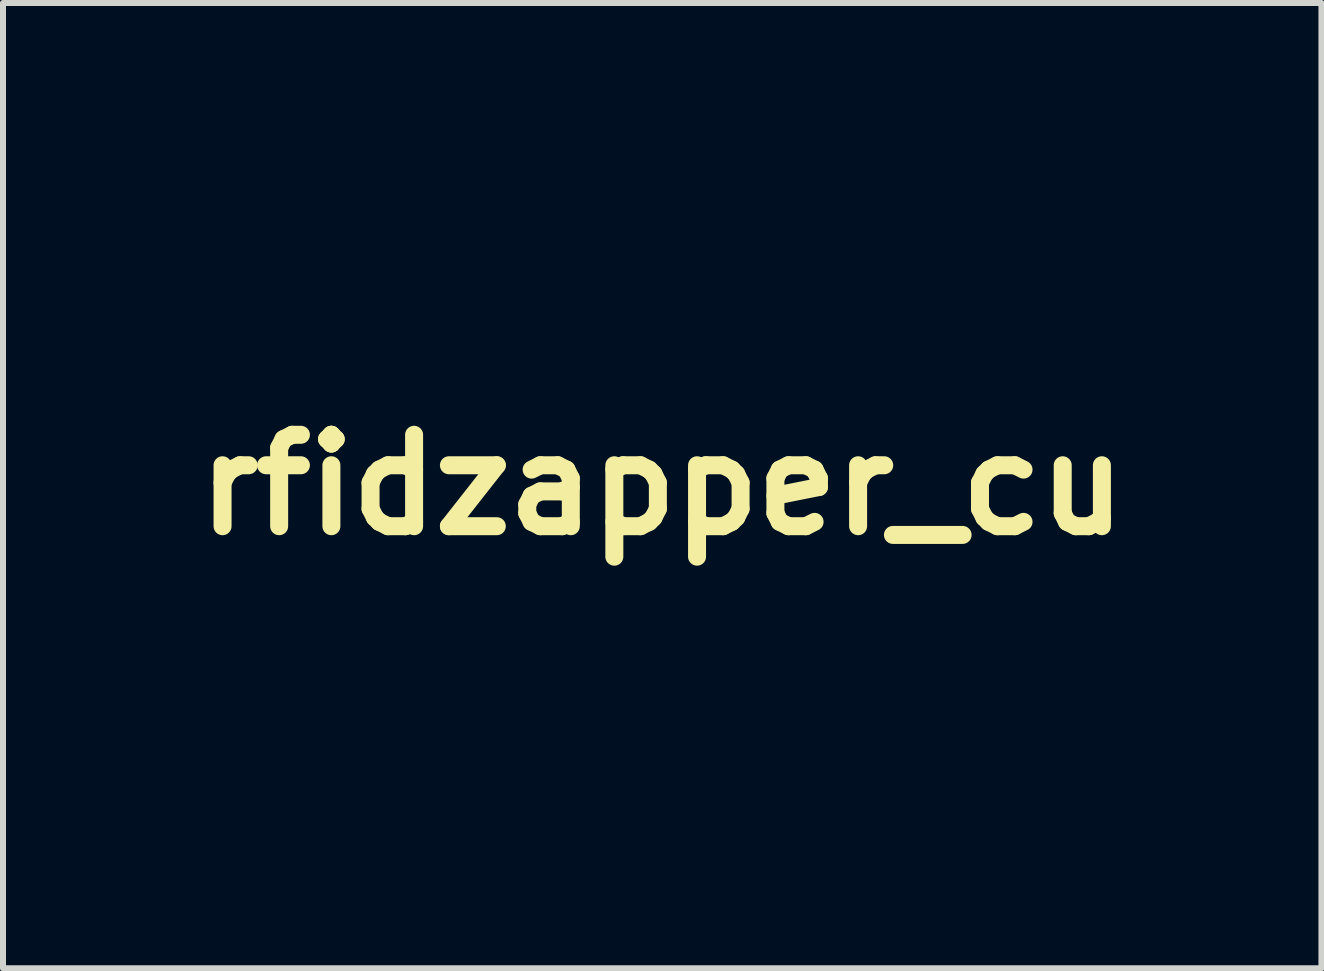
<source format=kicad_pcb>
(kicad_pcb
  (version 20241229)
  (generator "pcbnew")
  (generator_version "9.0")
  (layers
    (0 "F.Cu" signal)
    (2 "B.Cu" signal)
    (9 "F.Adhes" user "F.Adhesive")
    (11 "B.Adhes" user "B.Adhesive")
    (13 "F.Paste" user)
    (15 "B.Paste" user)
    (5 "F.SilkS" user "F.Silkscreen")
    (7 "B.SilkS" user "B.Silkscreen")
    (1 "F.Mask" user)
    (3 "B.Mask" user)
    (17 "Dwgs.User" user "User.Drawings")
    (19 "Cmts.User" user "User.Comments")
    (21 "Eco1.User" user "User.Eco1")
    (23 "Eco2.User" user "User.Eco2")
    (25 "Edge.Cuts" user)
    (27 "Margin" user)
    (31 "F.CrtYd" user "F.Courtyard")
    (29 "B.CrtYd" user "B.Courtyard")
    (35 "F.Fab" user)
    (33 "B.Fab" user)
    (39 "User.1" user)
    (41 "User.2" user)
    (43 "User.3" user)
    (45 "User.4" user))
  (footprint "rfidzapper_cu"
    (layer "F.Cu")
    (at 7.99 5.033)
    (property "Reference" "rfidzapper_cu" (at 0 0 0) (layer "F.SilkS") (effects (font (size 1.524 1.524) (thickness 0.3))))
    (attr through_hole)
    (fp_poly (pts (xy -0.918 1.445) (xy -0.907 1.48) (xy -0.927 1.521) (xy -0.959 1.529) (xy -1.001 1.514) (xy -1.011 1.493) (xy -0.989 1.459) (xy -0.959 1.444) (xy -0.918 1.445)) (stroke (width 0.01) (type solid)) (fill yes) (layer "F.Mask"))
    (fp_poly (pts (xy 0.483 1.308) (xy 0.512 1.341) (xy 0.499 1.367) (xy 0.457 1.374) (xy 0.409 1.365) (xy 0.405 1.337) (xy 0.406 1.334) (xy 0.438 1.304) (xy 0.483 1.308)) (stroke (width 0.01) (type solid)) (fill yes) (layer "F.Mask"))
    (fp_poly (pts (xy -1.362 0.294) (xy -1.351 0.328) (xy -1.352 0.343) (xy -1.377 0.392) (xy -1.42 0.413) (xy -1.459 0.398) (xy -1.475 0.359) (xy -1.477 0.333) (xy -1.46 0.295) (xy -1.411 0.285) (xy -1.362 0.294)) (stroke (width 0.01) (type solid)) (fill yes) (layer "F.Mask"))
    (fp_poly (pts (xy -0.435 1.321) (xy -0.425 1.334) (xy -0.391 1.404) (xy -0.401 1.479) (xy -0.405 1.488) (xy -0.441 1.522) (xy -0.494 1.528) (xy -0.527 1.512) (xy -0.544 1.465) (xy -0.54 1.398) (xy -0.518 1.338) (xy -0.503 1.32) (xy -0.466 1.3) (xy -0.435 1.321)) (stroke (width 0.01) (type solid)) (fill yes) (layer "F.Mask"))
    (fp_poly (pts (xy 0.031 1.318) (xy 0.064 1.361) (xy 0.074 1.43) (xy 0.073 1.443) (xy 0.051 1.5) (xy 0.011 1.527) (xy -0.031 1.515) (xy -0.034 1.513) (xy -0.05 1.47) (xy -0.051 1.406) (xy -0.039 1.346) (xy -0.015 1.313) (xy -0.015 1.313) (xy 0.031 1.318)) (stroke (width 0.01) (type solid)) (fill yes) (layer "F.Mask"))
    (fp_poly (pts (xy -0.127 0.307) (xy -0.076 0.363) (xy -0.053 0.437) (xy -0.063 0.512) (xy -0.093 0.555) (xy -0.15 0.588) (xy -0.196 0.596) (xy -0.231 0.593) (xy -0.25 0.574) (xy -0.258 0.528) (xy -0.259 0.442) (xy -0.259 0.441) (xy -0.258 0.354) (xy -0.25 0.308) (xy -0.231 0.289) (xy -0.198 0.285) (xy -0.127 0.307)) (stroke (width 0.01) (type solid)) (fill yes) (layer "F.Mask"))
    (fp_poly (pts (xy -1.07 -5.022) (xy 2.836 -5.015) (xy 3.919 -3.356) (xy 5.001 -1.698) (xy 5.002 1.367) (xy 5.002 4.432) (xy -4.354 4.432) (xy -4.354 -4.406) (xy -0.931 -4.4) (xy 2.493 -4.393) (xy 3.436 -2.944) (xy 4.38 -1.494) (xy 4.38 3.81) (xy -3.706 3.81) (xy -3.706 -3.758) (xy 2.164 -3.757) (xy 2.961 -2.528) (xy 3.758 -1.3) (xy 3.758 3.162) (xy -3.084 3.162) (xy -3.078 0.006) (xy -3.071 -3.149) (xy -0.642 -3.156) (xy 1.787 -3.162) (xy 1.965 -2.897) (xy 2.023 -2.809) (xy 2.104 -2.685) (xy 2.204 -2.533) (xy 2.317 -2.361) (xy 2.438 -2.176) (xy 2.562 -1.986) (xy 2.626 -1.888) (xy 3.11 -1.145) (xy 3.11 1.192) (xy 1.944 1.192) (xy 1.944 2.203) (xy -2.125 2.203) (xy -2.125 1.14) (xy -1.633 1.14) (xy -1.626 1.171) (xy -1.597 1.187) (xy -1.534 1.192) (xy -1.502 1.192) (xy -1.372 1.192) (xy -1.502 1.365) (xy -1.563 1.448) (xy -1.608 1.519) (xy -1.631 1.565) (xy -1.633 1.572) (xy -1.62 1.59) (xy -1.575 1.601) (xy -1.492 1.606) (xy -1.413 1.607) (xy -1.305 1.606) (xy -1.24 1.601) (xy -1.206 1.591) (xy -1.194 1.572) (xy -1.192 1.556) (xy -1.201 1.525) (xy -1.234 1.508) (xy -1.305 1.499) (xy -1.32 1.498) (xy -1.427 1.492) (xy -1.14 1.492) (xy -1.119 1.569) (xy -1.062 1.616) (xy -0.98 1.623) (xy -0.977 1.622) (xy -0.899 1.611) (xy -0.839 1.607) (xy -0.805 1.603) (xy -0.786 1.584) (xy -0.779 1.536) (xy -0.778 1.453) (xy -0.785 1.341) (xy -0.812 1.27) (xy -0.866 1.232) (xy -0.955 1.219) (xy -0.965 1.219) (xy -0.674 1.219) (xy -0.674 1.762) (xy -0.609 1.762) (xy -0.566 1.756) (xy -0.548 1.727) (xy -0.544 1.667) (xy -0.541 1.607) (xy -0.528 1.591) (xy -0.513 1.602) (xy -0.452 1.631) (xy -0.382 1.621) (xy -0.325 1.575) (xy -0.297 1.503) (xy -0.286 1.41) (xy -0.295 1.319) (xy -0.318 1.261) (xy -0.367 1.224) (xy -0.376 1.222) (xy -0.181 1.222) (xy -0.181 1.492) (xy -0.181 1.613) (xy -0.178 1.691) (xy -0.17 1.736) (xy -0.157 1.757) (xy -0.136 1.762) (xy -0.129 1.762) (xy -0.085 1.745) (xy -0.061 1.685) (xy -0.061 1.684) (xy -0.043 1.63) (xy -0.013 1.617) (xy 0.003 1.621) (xy 0.079 1.623) (xy 0.143 1.585) (xy 0.187 1.518) (xy 0.201 1.463) (xy 0.265 1.463) (xy 0.305 1.549) (xy 0.323 1.569) (xy 0.409 1.622) (xy 0.519 1.63) (xy 0.59 1.617) (xy 0.635 1.588) (xy 0.648 1.557) (xy 0.638 1.529) (xy 0.599 1.517) (xy 0.527 1.515) (xy 0.444 1.509) (xy 0.4 1.49) (xy 0.396 1.484) (xy 0.405 1.464) (xy 0.455 1.454) (xy 0.53 1.451) (xy 0.675 1.451) (xy 0.658 1.38) (xy 0.618 1.285) (xy 0.551 1.232) (xy 0.464 1.218) (xy 0.371 1.24) (xy 0.303 1.296) (xy 0.266 1.375) (xy 0.265 1.463) (xy 0.201 1.463) (xy 0.209 1.435) (xy 0.201 1.346) (xy 0.168 1.277) (xy 0.137 1.245) (xy 0.091 1.228) (xy 0.015 1.222) (xy -0.026 1.222) (xy -0.181 1.222) (xy -0.376 1.222) (xy -0.402 1.217) (xy -0.461 1.217) (xy -0.542 1.218) (xy -0.564 1.218) (xy -0.674 1.219) (xy -0.965 1.219) (xy -0.987 1.218) (xy -1.064 1.221) (xy -1.102 1.233) (xy -1.114 1.259) (xy -1.114 1.268) (xy -1.107 1.301) (xy -1.073 1.31) (xy -1.027 1.304) (xy -0.959 1.302) (xy -0.925 1.316) (xy -0.931 1.338) (xy -0.982 1.36) (xy -0.991 1.362) (xy -1.081 1.391) (xy -1.128 1.434) (xy -1.14 1.492) (xy -1.427 1.492) (xy -1.448 1.49) (xy -1.333 1.337) (xy -1.26 1.234) (xy -1.248 1.212) (xy 0.752 1.212) (xy 0.752 1.41) (xy 0.753 1.51) (xy 0.758 1.569) (xy 0.771 1.598) (xy 0.793 1.607) (xy 0.803 1.607) (xy 0.839 1.597) (xy 0.853 1.558) (xy 0.855 1.515) (xy 0.868 1.412) (xy 0.904 1.345) (xy 0.96 1.322) (xy 0.96 1.322) (xy 1 1.306) (xy 1.011 1.258) (xy 1.005 1.213) (xy 0.975 1.208) (xy 0.951 1.216) (xy 0.879 1.229) (xy 0.822 1.225) (xy 0.752 1.212) (xy -1.248 1.212) (xy -1.223 1.164) (xy -1.224 1.121) (xy -1.267 1.098) (xy -1.353 1.09) (xy -1.426 1.089) (xy -1.529 1.09) (xy -1.591 1.095) (xy -1.622 1.106) (xy -1.632 1.127) (xy -1.633 1.14) (xy -2.125 1.14) (xy -2.125 0.444) (xy -1.607 0.444) (xy -1.607 0.56) (xy -1.604 0.635) (xy -1.596 0.677) (xy -1.581 0.695) (xy -1.557 0.7) (xy -1.542 0.7) (xy -1.498 0.693) (xy -1.48 0.663) (xy -1.477 0.609) (xy -1.472 0.547) (xy -1.449 0.521) (xy -1.426 0.518) (xy -1.375 0.544) (xy -1.336 0.609) (xy -1.3 0.673) (xy -1.256 0.698) (xy -1.232 0.7) (xy -1.187 0.696) (xy -1.171 0.679) (xy -1.183 0.637) (xy -1.223 0.563) (xy -1.227 0.556) (xy -1.262 0.488) (xy -1.27 0.447) (xy -1.266 0.441) (xy -1.089 0.441) (xy -1.089 0.7) (xy -1.024 0.7) (xy -0.982 0.694) (xy -0.963 0.667) (xy -0.959 0.605) (xy -0.959 0.596) (xy -0.959 0.492) (xy -0.855 0.492) (xy -0.789 0.489) (xy -0.759 0.472) (xy -0.752 0.433) (xy -0.752 0.428) (xy -0.752 0.426) (xy -0.622 0.426) (xy -0.622 0.7) (xy -0.491 0.7) (xy -0.363 0.7) (xy -0.222 0.7) (xy -0.126 0.694) (xy -0.058 0.672) (xy -0.002 0.633) (xy 0.051 0.579) (xy 0.073 0.52) (xy 0.078 0.45) (xy 0.061 0.328) (xy 0.011 0.244) (xy -0.074 0.199) (xy -0.1 0.194) (xy -0.191 0.18) (xy -0.279 0.166) (xy -0.279 0.166) (xy -0.363 0.153) (xy -0.363 0.7) (xy -0.491 0.7) (xy -0.498 0.434) (xy -0.502 0.314) (xy -0.507 0.237) (xy -0.517 0.192) (xy -0.532 0.17) (xy -0.555 0.161) (xy -0.564 0.16) (xy -0.59 0.159) (xy -0.606 0.168) (xy -0.616 0.198) (xy -0.621 0.258) (xy -0.622 0.355) (xy -0.622 0.426) (xy -0.752 0.426) (xy -0.757 0.386) (xy -0.784 0.367) (xy -0.846 0.363) (xy -0.855 0.363) (xy -0.927 0.356) (xy -0.957 0.335) (xy -0.959 0.324) (xy -0.942 0.297) (xy -0.885 0.286) (xy -0.855 0.285) (xy -0.789 0.282) (xy -0.759 0.265) (xy -0.752 0.226) (xy -0.752 0.217) (xy -0.755 0.176) (xy -0.773 0.158) (xy -0.82 0.158) (xy -0.872 0.165) (xy -0.955 0.175) (xy -1.023 0.181) (xy -1.04 0.181) (xy -1.062 0.186) (xy -1.076 0.205) (xy -1.084 0.249) (xy -1.088 0.327) (xy -1.089 0.441) (xy -1.266 0.441) (xy -1.253 0.419) (xy -1.226 0.367) (xy -1.22 0.296) (xy -1.235 0.234) (xy -1.251 0.214) (xy -1.306 0.19) (xy -1.389 0.173) (xy -1.478 0.166) (xy -1.548 0.172) (xy -1.549 0.172) (xy -1.575 0.182) (xy -1.592 0.202) (xy -1.602 0.241) (xy -1.606 0.311) (xy -1.607 0.42) (xy -1.607 0.444) (xy -2.125 0.444) (xy -2.125 -0.112) (xy 0.441 -0.112) (xy 0.463 -0.108) (xy 0.527 -0.125) (xy 0.627 -0.16) (xy 0.754 -0.211) (xy 0.871 -0.258) (xy 0.969 -0.297) (xy 1.04 -0.322) (xy 1.073 -0.332) (xy 1.075 -0.332) (xy 1.071 -0.306) (xy 1.054 -0.238) (xy 1.028 -0.139) (xy 0.994 -0.016) (xy 0.975 0.05) (xy 0.932 0.195) (xy 0.9 0.298) (xy 0.874 0.367) (xy 0.851 0.41) (xy 0.827 0.433) (xy 0.8 0.446) (xy 0.732 0.469) (xy 0.813 0.701) (xy 0.849 0.801) (xy 0.877 0.879) (xy 0.896 0.925) (xy 0.9 0.933) (xy 0.915 0.913) (xy 0.953 0.858) (xy 1.006 0.778) (xy 1.049 0.713) (xy 1.109 0.62) (xy 1.157 0.543) (xy 1.186 0.493) (xy 1.192 0.48) (xy 1.17 0.469) (xy 1.139 0.467) (xy 1.101 0.457) (xy 1.1 0.421) (xy 1.103 0.409) (xy 1.119 0.356) (xy 1.144 0.266) (xy 1.176 0.149) (xy 1.212 0.012) (xy 1.251 -0.137) (xy 1.291 -0.287) (xy 1.329 -0.433) (xy 1.362 -0.564) (xy 1.39 -0.673) (xy 1.409 -0.751) (xy 1.418 -0.79) (xy 1.418 -0.793) (xy 1.393 -0.786) (xy 1.33 -0.764) (xy 1.236 -0.729) (xy 1.121 -0.685) (xy 1.095 -0.674) (xy 0.978 -0.63) (xy 0.88 -0.595) (xy 0.811 -0.574) (xy 0.779 -0.568) (xy 0.778 -0.569) (xy 0.787 -0.597) (xy 0.815 -0.666) (xy 0.858 -0.768) (xy 0.912 -0.895) (xy 0.974 -1.041) (xy 0.996 -1.091) (xy 1.215 -1.594) (xy 1.045 -1.602) (xy 0.956 -1.604) (xy 0.89 -1.601) (xy 0.861 -1.596) (xy 0.851 -1.568) (xy 0.829 -1.498) (xy 0.797 -1.393) (xy 0.759 -1.261) (xy 0.715 -1.11) (xy 0.668 -0.947) (xy 0.621 -0.779) (xy 0.575 -0.615) (xy 0.532 -0.462) (xy 0.495 -0.327) (xy 0.466 -0.219) (xy 0.447 -0.145) (xy 0.441 -0.112) (xy -2.125 -0.112) (xy -2.125 -1.918) (xy 1.944 -1.918) (xy 1.944 0.726) (xy 2.67 0.726) (xy 2.67 -1.001) (xy 2.119 -1.848) (xy 1.568 -2.695) (xy -0.525 -2.695) (xy -2.618 -2.696) (xy -2.618 2.721) (xy 3.318 2.721) (xy 3.318 -1.154) (xy 2.615 -2.236) (xy 1.912 -3.318) (xy -3.266 -3.318) (xy -3.266 3.37) (xy 0.33 3.363) (xy 3.927 3.356) (xy 3.932 0.998) (xy 3.937 -1.361) (xy 3.099 -2.644) (xy 2.262 -3.927) (xy -0.813 -3.933) (xy -3.888 -3.94) (xy -3.888 3.991) (xy -0.123 3.991) (xy 0.323 3.991) (xy 0.761 3.991) (xy 1.186 3.99) (xy 1.595 3.99) (xy 1.986 3.989) (xy 2.354 3.987) (xy 2.697 3.986) (xy 3.011 3.985) (xy 3.292 3.983) (xy 3.538 3.982) (xy 3.745 3.98) (xy 3.909 3.978) (xy 4.028 3.976) (xy 4.089 3.974) (xy 4.536 3.957) (xy 4.536 -1.581) (xy 2.579 -4.595) (xy -0.958 -4.577) (xy -1.382 -4.575) (xy -1.791 -4.573) (xy -2.183 -4.571) (xy -2.554 -4.569) (xy -2.903 -4.567) (xy -3.224 -4.565) (xy -3.517 -4.563) (xy -3.777 -4.561) (xy -4.002 -4.559) (xy -4.189 -4.558) (xy -4.334 -4.557) (xy -4.436 -4.556) (xy -4.49 -4.555) (xy -4.499 -4.554) (xy -4.499 -4.528) (xy -4.5 -4.453) (xy -4.5 -4.331) (xy -4.501 -4.165) (xy -4.502 -3.958) (xy -4.503 -3.712) (xy -4.504 -3.43) (xy -4.505 -3.114) (xy -4.506 -2.767) (xy -4.507 -2.392) (xy -4.508 -1.992) (xy -4.509 -1.568) (xy -4.51 -1.124) (xy -4.511 -0.662) (xy -4.512 -0.185) (xy -4.513 0.026) (xy -4.523 4.601) (xy 0.24 4.607) (xy 5.002 4.614) (xy 5.002 5.054) (xy -4.976 5.054) (xy -4.976 -5.028) (xy -1.07 -5.022)) (stroke (width 0.01) (type solid)) (fill yes) (layer "F.Mask")))
  (gr_rect
    (start -3 -3)
    (end 18.98 13.092)
    (stroke (width 0.1) (type default))
    (fill no)
    (layer "Edge.Cuts")))
</source>
